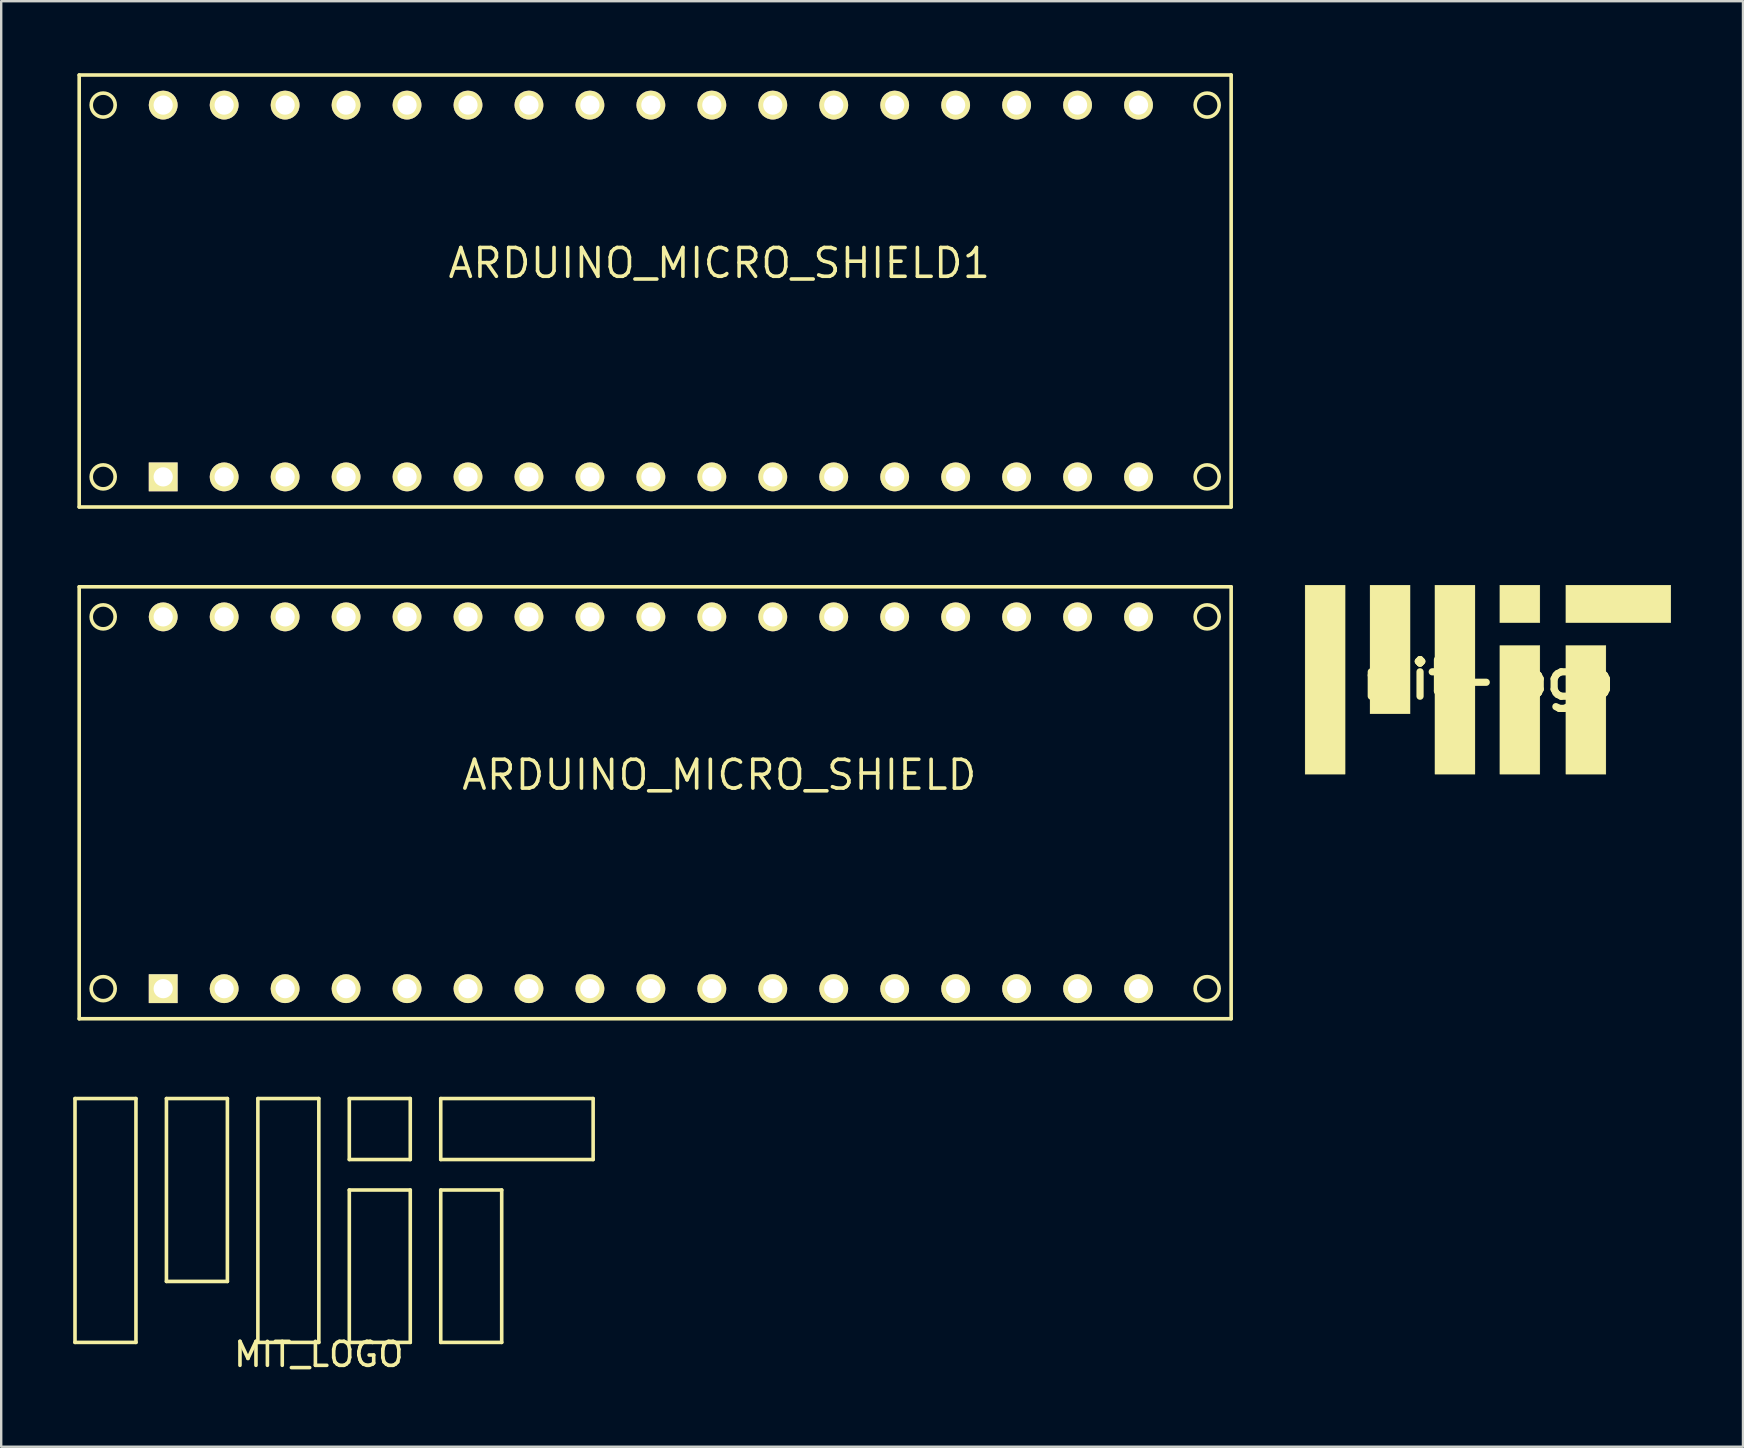
<source format=kicad_pcb>
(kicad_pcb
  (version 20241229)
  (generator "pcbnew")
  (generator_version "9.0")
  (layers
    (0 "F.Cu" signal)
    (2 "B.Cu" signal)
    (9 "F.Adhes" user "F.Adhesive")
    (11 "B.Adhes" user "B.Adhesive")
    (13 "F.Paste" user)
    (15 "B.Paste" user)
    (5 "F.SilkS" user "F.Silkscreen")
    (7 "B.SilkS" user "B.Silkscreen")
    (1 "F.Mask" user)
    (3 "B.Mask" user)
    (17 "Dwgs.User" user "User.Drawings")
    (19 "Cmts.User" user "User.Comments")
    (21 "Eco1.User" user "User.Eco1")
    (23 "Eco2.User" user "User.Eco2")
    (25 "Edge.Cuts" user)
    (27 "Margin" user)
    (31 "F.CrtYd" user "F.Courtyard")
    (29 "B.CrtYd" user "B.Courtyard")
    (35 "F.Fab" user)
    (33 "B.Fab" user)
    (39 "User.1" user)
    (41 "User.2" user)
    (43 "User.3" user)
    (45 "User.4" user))
  (footprint "ARDUINO_MICRO_SHIELD1"
    (layer "F.Cu")
    (at 0.25 18.075)
    (property "Reference" "ARDUINO_MICRO_SHIELD1" (at 26.67 -10.16 0) (layer "F.SilkS") (effects (font (size 1.2 1.2) (thickness 0.15))))
    (attr through_hole)
    (fp_line (start 0 -18) (end 48 -18) (stroke (width 0.15) (type solid)) (layer "F.SilkS"))
    (fp_line (start 0 0) (end 0 -18) (stroke (width 0.15) (type solid)) (layer "F.SilkS"))
    (fp_line (start 48 -18) (end 48 0) (stroke (width 0.15) (type solid)) (layer "F.SilkS"))
    (fp_line (start 48 0) (end 0 0) (stroke (width 0.15) (type solid)) (layer "F.SilkS"))
    (fp_circle (center 1 -16.746) (end 1.5 -16.746) (stroke (width 0.15) (type solid)) (fill no) (layer "F.SilkS"))
    (fp_circle (center 1 -1.254) (end 1.5 -1.254) (stroke (width 0.15) (type solid)) (fill no) (layer "F.SilkS"))
    (fp_circle (center 47 -16.746) (end 47.5 -16.746) (stroke (width 0.15) (type solid)) (fill no) (layer "F.SilkS"))
    (fp_circle (center 47 -1.254) (end 47.5 -1.254) (stroke (width 0.15) (type solid)) (fill no) (layer "F.SilkS"))
    (pad "2" thru_hole circle (at 18.74 -1.254) (size 1.2 1.2) (drill 0.8) (layers "*.Cu" "*.Mask" "F.SilkS"))
    (pad "3" thru_hole circle (at 21.28 -1.254) (size 1.2 1.2) (drill 0.8) (layers "*.Cu" "*.Mask" "F.SilkS"))
    (pad "3.3V" thru_hole circle (at 41.6 -16.746) (size 1.2 1.2) (drill 0.8) (layers "*.Cu" "*.Mask" "F.SilkS"))
    (pad "4" thru_hole circle (at 23.82 -1.254) (size 1.2 1.2) (drill 0.8) (layers "*.Cu" "*.Mask" "F.SilkS"))
    (pad "5" thru_hole circle (at 26.36 -1.254) (size 1.2 1.2) (drill 0.8) (layers "*.Cu" "*.Mask" "F.SilkS"))
    (pad "5V" thru_hole circle (at 16.2 -16.746) (size 1.2 1.2) (drill 0.8) (layers "*.Cu" "*.Mask" "F.SilkS"))
    (pad "6" thru_hole circle (at 28.9 -1.254) (size 1.2 1.2) (drill 0.8) (layers "*.Cu" "*.Mask" "F.SilkS"))
    (pad "7" thru_hole circle (at 31.44 -1.254) (size 1.2 1.2) (drill 0.8) (layers "*.Cu" "*.Mask" "F.SilkS"))
    (pad "8" thru_hole circle (at 33.98 -1.254) (size 1.2 1.2) (drill 0.8) (layers "*.Cu" "*.Mask" "F.SilkS"))
    (pad "9" thru_hole circle (at 36.52 -1.254) (size 1.2 1.2) (drill 0.8) (layers "*.Cu" "*.Mask" "F.SilkS"))
    (pad "10" thru_hole circle (at 39.06 -1.254) (size 1.2 1.2) (drill 0.8) (layers "*.Cu" "*.Mask" "F.SilkS"))
    (pad "11" thru_hole circle (at 41.6 -1.254) (size 1.2 1.2) (drill 0.8) (layers "*.Cu" "*.Mask" "F.SilkS"))
    (pad "12" thru_hole circle (at 44.14 -1.254) (size 1.2 1.2) (drill 0.8) (layers "*.Cu" "*.Mask" "F.SilkS"))
    (pad "13" thru_hole circle (at 44.14 -16.746) (size 1.2 1.2) (drill 0.8) (layers "*.Cu" "*.Mask" "F.SilkS"))
    (pad "A0" thru_hole circle (at 36.52 -16.746) (size 1.2 1.2) (drill 0.8) (layers "*.Cu" "*.Mask" "F.SilkS"))
    (pad "A1" thru_hole circle (at 33.98 -16.746) (size 1.2 1.2) (drill 0.8) (layers "*.Cu" "*.Mask" "F.SilkS"))
    (pad "A2" thru_hole circle (at 31.44 -16.746) (size 1.2 1.2) (drill 0.8) (layers "*.Cu" "*.Mask" "F.SilkS"))
    (pad "A3" thru_hole circle (at 28.9 -16.746) (size 1.2 1.2) (drill 0.8) (layers "*.Cu" "*.Mask" "F.SilkS"))
    (pad "A4" thru_hole circle (at 26.36 -16.746) (size 1.2 1.2) (drill 0.8) (layers "*.Cu" "*.Mask" "F.SilkS"))
    (pad "A5" thru_hole circle (at 23.82 -16.746) (size 1.2 1.2) (drill 0.8) (layers "*.Cu" "*.Mask" "F.SilkS"))
    (pad "AREF" thru_hole circle (at 39.06 -16.746) (size 1.2 1.2) (drill 0.8) (layers "*.Cu" "*.Mask" "F.SilkS"))
    (pad "GND" thru_hole circle (at 11.12 -16.746) (size 1.2 1.2) (drill 0.8) (layers "*.Cu" "*.Mask" "F.SilkS"))
    (pad "GND" thru_hole circle (at 16.2 -1.254) (size 1.2 1.2) (drill 0.8) (layers "*.Cu" "*.Mask" "F.SilkS"))
    (pad "MI" thru_hole circle (at 6.04 -16.746) (size 1.2 1.2) (drill 0.8) (layers "*.Cu" "*.Mask" "F.SilkS"))
    (pad "MO" thru_hole rect (at 3.5 -1.254) (size 1.2 1.2) (drill 0.8) (layers "*.Cu" "*.Mask" "F.SilkS"))
    (pad "NC" thru_hole circle (at 18.74 -16.746) (size 1.2 1.2) (drill 0.8) (layers "*.Cu" "*.Mask" "F.SilkS"))
    (pad "NC" thru_hole circle (at 21.28 -16.746) (size 1.2 1.2) (drill 0.8) (layers "*.Cu" "*.Mask" "F.SilkS"))
    (pad "RST" thru_hole circle (at 13.66 -16.746) (size 1.2 1.2) (drill 0.8) (layers "*.Cu" "*.Mask" "F.SilkS"))
    (pad "RST1" thru_hole circle (at 13.66 -1.254) (size 1.2 1.2) (drill 0.8) (layers "*.Cu" "*.Mask" "F.SilkS"))
    (pad "RX" thru_hole circle (at 11.12 -1.254) (size 1.2 1.2) (drill 0.8) (layers "*.Cu" "*.Mask" "F.SilkS"))
    (pad "SCK" thru_hole circle (at 3.5 -16.746) (size 1.2 1.2) (drill 0.8) (layers "*.Cu" "*.Mask" "F.SilkS"))
    (pad "SS" thru_hole circle (at 6.04 -1.254) (size 1.2 1.2) (drill 0.8) (layers "*.Cu" "*.Mask" "F.SilkS"))
    (pad "TX" thru_hole circle (at 8.58 -1.254) (size 1.2 1.2) (drill 0.8) (layers "*.Cu" "*.Mask" "F.SilkS"))
    (pad "VI" thru_hole circle (at 8.58 -16.746) (size 1.2 1.2) (drill 0.8) (layers "*.Cu" "*.Mask" "F.SilkS")))
  (footprint "MIT_LOGO"
    (layer "F.Cu")
    (at 10.235 47.805)
    (property "Reference" "MIT_LOGO" (at 0 5.58 0) (layer "F.SilkS") (effects (font (size 1 1) (thickness 0.15))))
    (attr through_hole)
    (fp_line (start -10.16 -5.08) (end -7.62 -5.08) (stroke (width 0.15) (type solid)) (layer "F.SilkS"))
    (fp_line (start -10.16 5.08) (end -10.16 -5.08) (stroke (width 0.15) (type solid)) (layer "F.SilkS"))
    (fp_line (start -7.62 -5.08) (end -7.62 5.08) (stroke (width 0.15) (type solid)) (layer "F.SilkS"))
    (fp_line (start -7.62 5.08) (end -10.16 5.08) (stroke (width 0.15) (type solid)) (layer "F.SilkS"))
    (fp_line (start -6.35 -5.08) (end -3.81 -5.08) (stroke (width 0.15) (type solid)) (layer "F.SilkS"))
    (fp_line (start -6.35 2.54) (end -6.35 -5.08) (stroke (width 0.15) (type solid)) (layer "F.SilkS"))
    (fp_line (start -3.81 -5.08) (end -3.81 2.54) (stroke (width 0.15) (type solid)) (layer "F.SilkS"))
    (fp_line (start -3.81 2.54) (end -6.35 2.54) (stroke (width 0.15) (type solid)) (layer "F.SilkS"))
    (fp_line (start -2.54 -5.08) (end -2.54 5.08) (stroke (width 0.15) (type solid)) (layer "F.SilkS"))
    (fp_line (start -2.54 5.08) (end 0 5.08) (stroke (width 0.15) (type solid)) (layer "F.SilkS"))
    (fp_line (start 0 -5.08) (end -2.54 -5.08) (stroke (width 0.15) (type solid)) (layer "F.SilkS"))
    (fp_line (start 0 5.08) (end 0 -5.08) (stroke (width 0.15) (type solid)) (layer "F.SilkS"))
    (fp_line (start 1.27 -5.08) (end 1.27 -2.54) (stroke (width 0.15) (type solid)) (layer "F.SilkS"))
    (fp_line (start 1.27 -2.54) (end 3.81 -2.54) (stroke (width 0.15) (type solid)) (layer "F.SilkS"))
    (fp_line (start 1.27 -1.27) (end 3.81 -1.27) (stroke (width 0.15) (type solid)) (layer "F.SilkS"))
    (fp_line (start 1.27 5.08) (end 1.27 -1.27) (stroke (width 0.15) (type solid)) (layer "F.SilkS"))
    (fp_line (start 3.81 -5.08) (end 1.27 -5.08) (stroke (width 0.15) (type solid)) (layer "F.SilkS"))
    (fp_line (start 3.81 -2.54) (end 3.81 -5.08) (stroke (width 0.15) (type solid)) (layer "F.SilkS"))
    (fp_line (start 3.81 -1.27) (end 3.81 5.08) (stroke (width 0.15) (type solid)) (layer "F.SilkS"))
    (fp_line (start 3.81 5.08) (end 1.27 5.08) (stroke (width 0.15) (type solid)) (layer "F.SilkS"))
    (fp_line (start 5.08 -5.08) (end 11.43 -5.08) (stroke (width 0.15) (type solid)) (layer "F.SilkS"))
    (fp_line (start 5.08 -2.54) (end 5.08 -5.08) (stroke (width 0.15) (type solid)) (layer "F.SilkS"))
    (fp_line (start 5.08 -1.27) (end 5.08 5.08) (stroke (width 0.15) (type solid)) (layer "F.SilkS"))
    (fp_line (start 5.08 5.08) (end 7.62 5.08) (stroke (width 0.15) (type solid)) (layer "F.SilkS"))
    (fp_line (start 7.62 -1.27) (end 5.08 -1.27) (stroke (width 0.15) (type solid)) (layer "F.SilkS"))
    (fp_line (start 7.62 5.08) (end 7.62 -1.27) (stroke (width 0.15) (type solid)) (layer "F.SilkS"))
    (fp_line (start 11.43 -5.08) (end 11.43 -2.54) (stroke (width 0.15) (type solid)) (layer "F.SilkS"))
    (fp_line (start 11.43 -2.54) (end 5.08 -2.54) (stroke (width 0.15) (type solid)) (layer "F.SilkS")))
  (footprint "ARDUINO_MICRO_SHIELD"
    (layer "F.Cu")
    (at 0.25 39.4)
    (property "Reference" "ARDUINO_MICRO_SHIELD" (at 26.67 -10.16 0) (layer "F.SilkS") (effects (font (size 1.2 1.2) (thickness 0.15))))
    (attr through_hole)
    (fp_line (start 0 -18) (end 48 -18) (stroke (width 0.15) (type solid)) (layer "F.SilkS"))
    (fp_line (start 0 0) (end 0 -18) (stroke (width 0.15) (type solid)) (layer "F.SilkS"))
    (fp_line (start 48 -18) (end 48 0) (stroke (width 0.15) (type solid)) (layer "F.SilkS"))
    (fp_line (start 48 0) (end 0 0) (stroke (width 0.15) (type solid)) (layer "F.SilkS"))
    (fp_circle (center 1 -16.746) (end 1.5 -16.746) (stroke (width 0.15) (type solid)) (fill no) (layer "F.SilkS"))
    (fp_circle (center 1 -1.254) (end 1.5 -1.254) (stroke (width 0.15) (type solid)) (fill no) (layer "F.SilkS"))
    (fp_circle (center 47 -16.746) (end 47.5 -16.746) (stroke (width 0.15) (type solid)) (fill no) (layer "F.SilkS"))
    (fp_circle (center 47 -1.254) (end 47.5 -1.254) (stroke (width 0.15) (type solid)) (fill no) (layer "F.SilkS"))
    (pad "2" thru_hole circle (at 18.74 -1.254) (size 1.2 1.2) (drill 0.8) (layers "*.Cu" "*.Mask" "F.SilkS"))
    (pad "3" thru_hole circle (at 21.28 -1.254) (size 1.2 1.2) (drill 0.8) (layers "*.Cu" "*.Mask" "F.SilkS"))
    (pad "3.3V" thru_hole circle (at 41.6 -16.746) (size 1.2 1.2) (drill 0.8) (layers "*.Cu" "*.Mask" "F.SilkS"))
    (pad "4" thru_hole circle (at 23.82 -1.254) (size 1.2 1.2) (drill 0.8) (layers "*.Cu" "*.Mask" "F.SilkS"))
    (pad "5" thru_hole circle (at 26.36 -1.254) (size 1.2 1.2) (drill 0.8) (layers "*.Cu" "*.Mask" "F.SilkS"))
    (pad "5V" thru_hole circle (at 16.2 -16.746) (size 1.2 1.2) (drill 0.8) (layers "*.Cu" "*.Mask" "F.SilkS"))
    (pad "6" thru_hole circle (at 28.9 -1.254) (size 1.2 1.2) (drill 0.8) (layers "*.Cu" "*.Mask" "F.SilkS"))
    (pad "7" thru_hole circle (at 31.44 -1.254) (size 1.2 1.2) (drill 0.8) (layers "*.Cu" "*.Mask" "F.SilkS"))
    (pad "8" thru_hole circle (at 33.98 -1.254) (size 1.2 1.2) (drill 0.8) (layers "*.Cu" "*.Mask" "F.SilkS"))
    (pad "9" thru_hole circle (at 36.52 -1.254) (size 1.2 1.2) (drill 0.8) (layers "*.Cu" "*.Mask" "F.SilkS"))
    (pad "10" thru_hole circle (at 39.06 -1.254) (size 1.2 1.2) (drill 0.8) (layers "*.Cu" "*.Mask" "F.SilkS"))
    (pad "11" thru_hole circle (at 41.6 -1.254) (size 1.2 1.2) (drill 0.8) (layers "*.Cu" "*.Mask" "F.SilkS"))
    (pad "12" thru_hole circle (at 44.14 -1.254) (size 1.2 1.2) (drill 0.8) (layers "*.Cu" "*.Mask" "F.SilkS"))
    (pad "13" thru_hole circle (at 44.14 -16.746) (size 1.2 1.2) (drill 0.8) (layers "*.Cu" "*.Mask" "F.SilkS"))
    (pad "A0" thru_hole circle (at 36.52 -16.746) (size 1.2 1.2) (drill 0.8) (layers "*.Cu" "*.Mask" "F.SilkS"))
    (pad "A1" thru_hole circle (at 33.98 -16.746) (size 1.2 1.2) (drill 0.8) (layers "*.Cu" "*.Mask" "F.SilkS"))
    (pad "A2" thru_hole circle (at 31.44 -16.746) (size 1.2 1.2) (drill 0.8) (layers "*.Cu" "*.Mask" "F.SilkS"))
    (pad "A3" thru_hole circle (at 28.9 -16.746) (size 1.2 1.2) (drill 0.8) (layers "*.Cu" "*.Mask" "F.SilkS"))
    (pad "A4" thru_hole circle (at 26.36 -16.746) (size 1.2 1.2) (drill 0.8) (layers "*.Cu" "*.Mask" "F.SilkS"))
    (pad "A5" thru_hole circle (at 23.82 -16.746) (size 1.2 1.2) (drill 0.8) (layers "*.Cu" "*.Mask" "F.SilkS"))
    (pad "AREF" thru_hole circle (at 39.06 -16.746) (size 1.2 1.2) (drill 0.8) (layers "*.Cu" "*.Mask" "F.SilkS"))
    (pad "GND" thru_hole circle (at 11.12 -16.746) (size 1.2 1.2) (drill 0.8) (layers "*.Cu" "*.Mask" "F.SilkS"))
    (pad "GND" thru_hole circle (at 16.2 -1.254) (size 1.2 1.2) (drill 0.8) (layers "*.Cu" "*.Mask" "F.SilkS"))
    (pad "MI" thru_hole circle (at 6.04 -16.746) (size 1.2 1.2) (drill 0.8) (layers "*.Cu" "*.Mask" "F.SilkS"))
    (pad "MO" thru_hole rect (at 3.5 -1.254) (size 1.2 1.2) (drill 0.8) (layers "*.Cu" "*.Mask" "F.SilkS"))
    (pad "NC" thru_hole circle (at 18.74 -16.746) (size 1.2 1.2) (drill 0.8) (layers "*.Cu" "*.Mask" "F.SilkS"))
    (pad "NC" thru_hole circle (at 21.28 -16.746) (size 1.2 1.2) (drill 0.8) (layers "*.Cu" "*.Mask" "F.SilkS"))
    (pad "RST" thru_hole circle (at 13.66 -16.746) (size 1.2 1.2) (drill 0.8) (layers "*.Cu" "*.Mask" "F.SilkS"))
    (pad "RST1" thru_hole circle (at 13.66 -1.254) (size 1.2 1.2) (drill 0.8) (layers "*.Cu" "*.Mask" "F.SilkS"))
    (pad "RX" thru_hole circle (at 11.12 -1.254) (size 1.2 1.2) (drill 0.8) (layers "*.Cu" "*.Mask" "F.SilkS"))
    (pad "SCK" thru_hole circle (at 3.5 -16.746) (size 1.2 1.2) (drill 0.8) (layers "*.Cu" "*.Mask" "F.SilkS"))
    (pad "SS" thru_hole circle (at 6.04 -1.254) (size 1.2 1.2) (drill 0.8) (layers "*.Cu" "*.Mask" "F.SilkS"))
    (pad "TX" thru_hole circle (at 8.58 -1.254) (size 1.2 1.2) (drill 0.8) (layers "*.Cu" "*.Mask" "F.SilkS"))
    (pad "VI" thru_hole circle (at 8.58 -16.746) (size 1.2 1.2) (drill 0.8) (layers "*.Cu" "*.Mask" "F.SilkS")))
  (footprint "mit-logo"
    (layer "F.Cu")
    (at 58.951 25.27)
    (property "Reference" "mit-logo" (at 0 0 0) (layer "F.SilkS") (effects (font (size 1.524 1.524) (thickness 0.3))))
    (attr through_hole)
    (fp_poly (pts (xy -5.952 3.94) (xy -7.621 3.94) (xy -7.621 -3.94) (xy -5.952 -3.94) (xy -5.952 3.94)) (stroke (width 0.01) (type solid)) (fill yes) (layer "F.SilkS"))
    (fp_poly (pts (xy -3.246 1.425) (xy -4.915 1.425) (xy -4.915 -3.94) (xy -3.246 -3.94) (xy -3.246 1.425)) (stroke (width 0.01) (type solid)) (fill yes) (layer "F.SilkS"))
    (fp_poly (pts (xy -0.541 3.94) (xy -2.21 3.94) (xy -2.21 -3.94) (xy -0.541 -3.94) (xy -0.541 3.94)) (stroke (width 0.01) (type solid)) (fill yes) (layer "F.SilkS"))
    (fp_poly (pts (xy 2.164 -2.37) (xy 0.495 -2.37) (xy 0.495 -3.94) (xy 2.164 -3.94) (xy 2.164 -2.37)) (stroke (width 0.01) (type solid)) (fill yes) (layer "F.SilkS"))
    (fp_poly (pts (xy 2.164 3.94) (xy 0.495 3.94) (xy 0.495 -1.425) (xy 2.164 -1.425) (xy 2.164 3.94)) (stroke (width 0.01) (type solid)) (fill yes) (layer "F.SilkS"))
    (fp_poly (pts (xy 4.915 3.94) (xy 3.246 3.94) (xy 3.246 -1.425) (xy 4.915 -1.425) (xy 4.915 3.94)) (stroke (width 0.01) (type solid)) (fill yes) (layer "F.SilkS"))
    (fp_poly (pts (xy 7.621 -2.37) (xy 3.246 -2.37) (xy 3.246 -3.94) (xy 7.621 -3.94) (xy 7.621 -2.37)) (stroke (width 0.01) (type solid)) (fill yes) (layer "F.SilkS")))
  (gr_rect
    (start -3 -3)
    (end 69.577 57.233)
    (stroke (width 0.1) (type default))
    (fill no)
    (layer "Edge.Cuts")))
</source>
